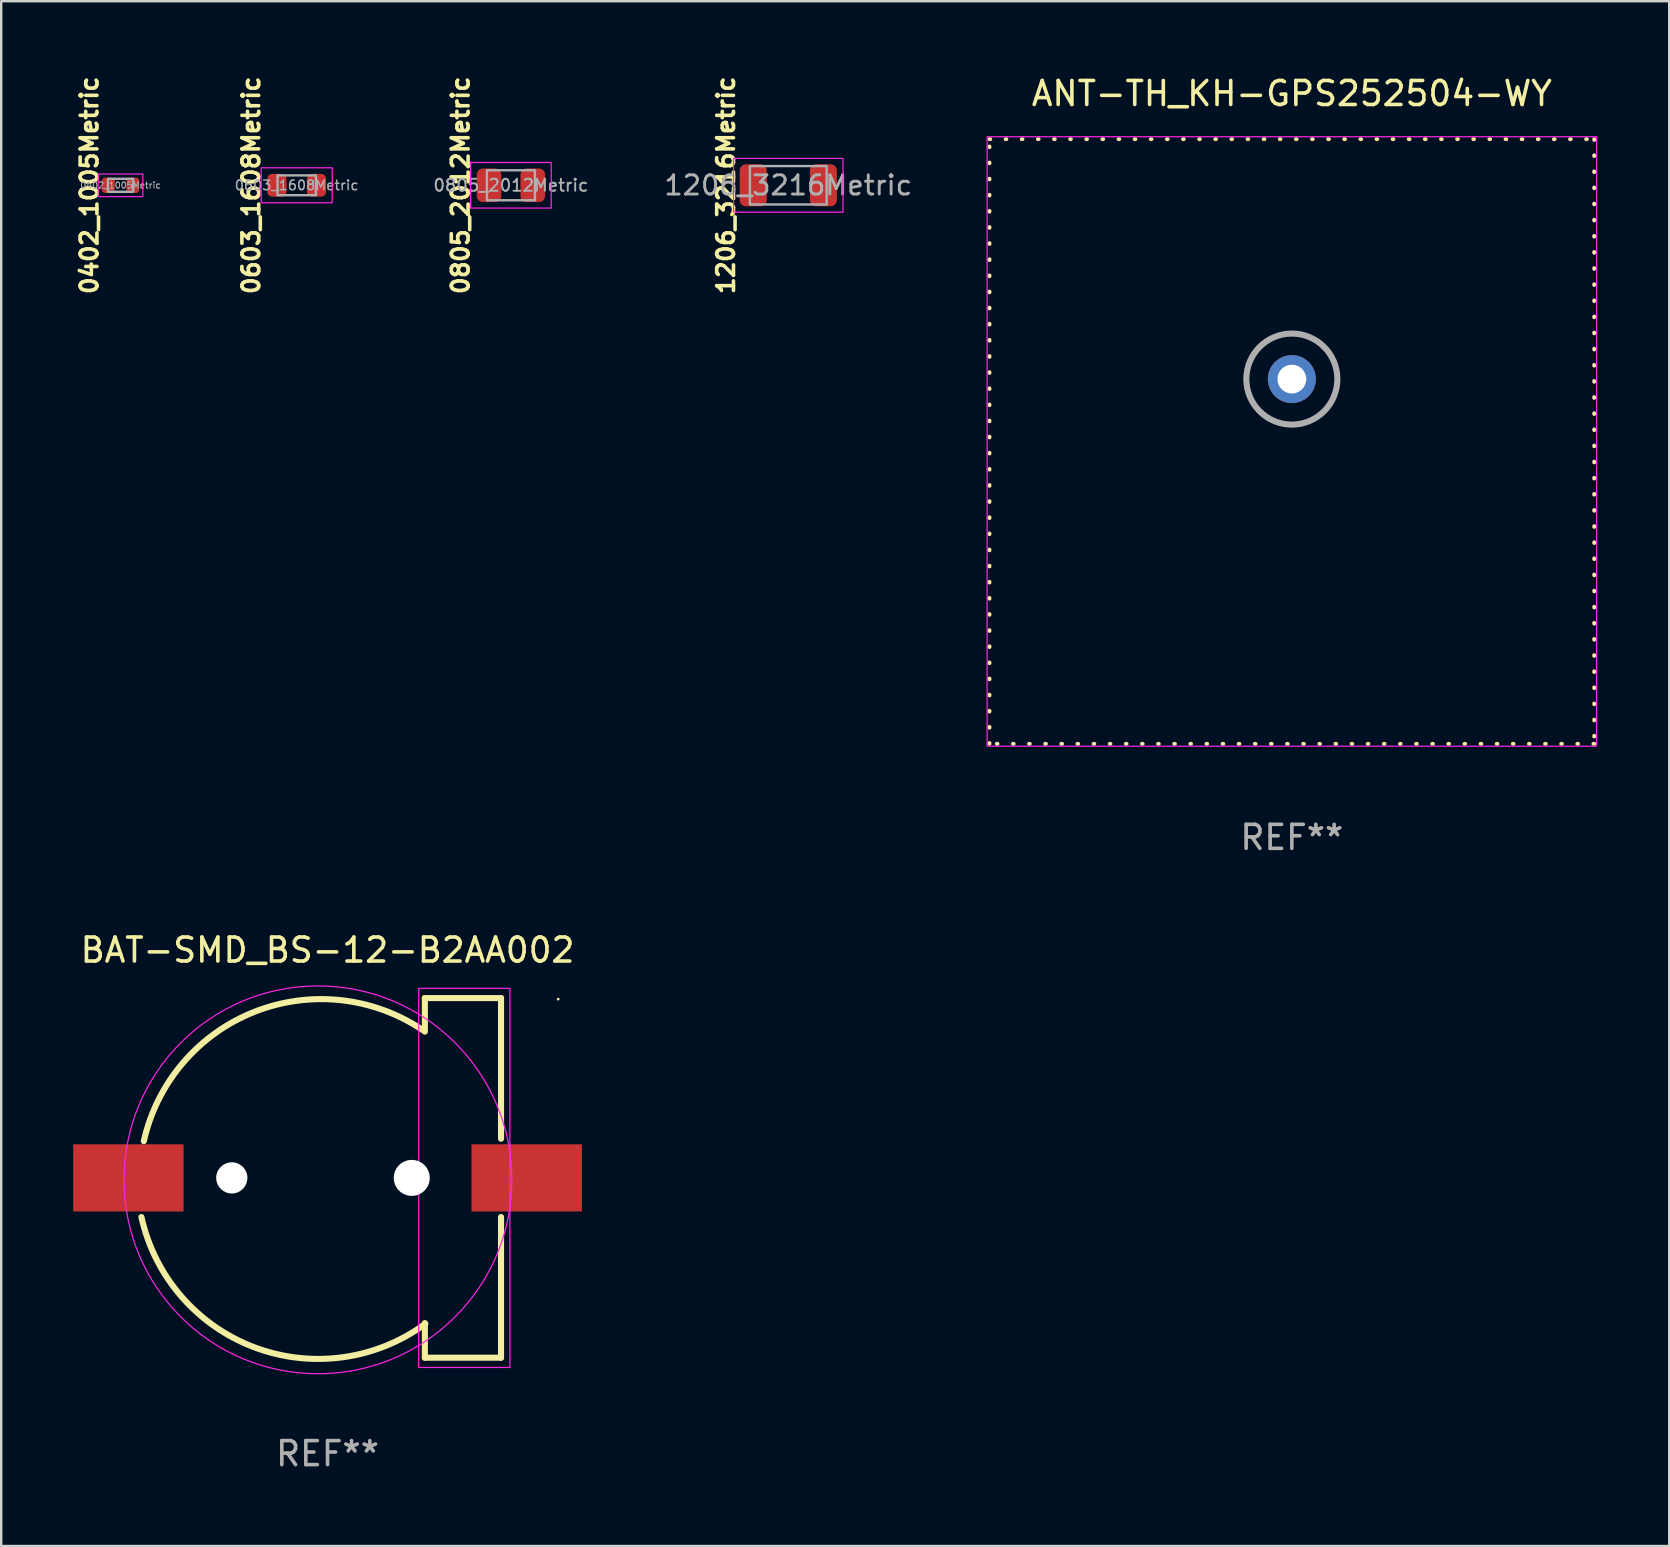
<source format=kicad_pcb>
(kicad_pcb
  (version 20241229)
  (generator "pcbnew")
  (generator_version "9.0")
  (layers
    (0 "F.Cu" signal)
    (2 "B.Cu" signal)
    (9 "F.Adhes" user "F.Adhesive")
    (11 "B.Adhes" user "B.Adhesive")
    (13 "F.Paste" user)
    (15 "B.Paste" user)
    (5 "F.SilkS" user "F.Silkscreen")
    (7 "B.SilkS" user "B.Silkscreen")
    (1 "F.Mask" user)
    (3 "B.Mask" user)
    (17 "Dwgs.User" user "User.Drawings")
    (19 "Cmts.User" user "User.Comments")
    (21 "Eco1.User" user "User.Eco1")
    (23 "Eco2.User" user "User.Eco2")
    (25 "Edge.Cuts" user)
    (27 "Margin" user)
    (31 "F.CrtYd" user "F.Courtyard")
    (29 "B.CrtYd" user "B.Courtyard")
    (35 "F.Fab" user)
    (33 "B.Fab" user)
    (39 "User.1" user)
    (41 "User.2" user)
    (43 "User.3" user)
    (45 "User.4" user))
  (footprint "0603_1608Metric"
    (layer "F.Cu")
    (at 9.315 4.672)
    (property "Reference" "0603_1608Metric" (at -1.9 0 90) (layer "F.SilkS") (effects (font (size 0.7 0.7) (thickness 0.15))))
    (attr smd)
    (fp_rect (start -1.48 -0.73) (end 1.48 0.73) (stroke (width 0.05) (type solid)) (fill no) (layer "F.CrtYd"))
    (fp_rect (start -0.8 -0.412) (end 0.8 0.412) (stroke (width 0.1) (type solid)) (fill no) (layer "F.Fab"))
    (fp_text user "${REFERENCE}" (at 0 0 0) (layer "F.Fab") (effects (font (size 0.4 0.4) (thickness 0.06))))
    (pad "1" smd roundrect (at -0.825 0) (size 0.8 0.95) (layers "F.Cu" "F.Mask" "F.Paste") (roundrect_rratio 0.25))
    (pad "2" smd roundrect (at 0.825 0) (size 0.8 0.95) (layers "F.Cu" "F.Mask" "F.Paste") (roundrect_rratio 0.25)))
  (footprint "ANT-TH_KH-GPS252504-WY"
    (layer "F.Cu")
    (at 50.787 12.748)
    (property "Reference" "ANT-TH_KH-GPS252504-WY" (at 0 -11.9 0) (layer "F.SilkS") (effects (font (size 1 1) (thickness 0.15))))
    (attr through_hole)
    (fp_rect (start -12.6 -10) (end 12.6 15.2) (stroke (width 0.16) (type dot)) (fill no) (layer "F.SilkS"))
    (fp_rect (start -12.7 -10.1) (end 12.7 15.3) (stroke (width 0.05) (type default)) (fill no) (layer "F.CrtYd"))
    (fp_circle (center 0 0) (end 1.897 0) (stroke (width 0.254) (type solid)) (fill no) (layer "F.Fab"))
    (fp_text user "REF**" (at 0 19.1 0) (layer "F.Fab") (effects (font (size 1 1) (thickness 0.15))))
    (pad "1" thru_hole circle (at 0 0) (size 2 2) (drill 1.2) (layers "*.Cu" "*.Mask")))
  (footprint "0402_1005Metric"
    (layer "F.Cu")
    (at 1.973 4.672)
    (property "Reference" "0402_1005Metric" (at -1.3 0 90) (layer "F.SilkS") (effects (font (size 0.7 0.7) (thickness 0.15))))
    (attr smd)
    (fp_rect (start -0.93 -0.47) (end 0.93 0.47) (stroke (width 0.05) (type default)) (fill no) (layer "F.CrtYd"))
    (fp_rect (start -0.525 -0.27) (end 0.525 0.27) (stroke (width 0.1) (type solid)) (fill no) (layer "F.Fab"))
    (fp_text user "${REFERENCE}" (at 0 0 0) (layer "F.Fab") (effects (font (size 0.26 0.26) (thickness 0.04))))
    (pad "1" smd roundrect (at -0.51 0) (size 0.54 0.64) (layers "F.Cu" "F.Mask" "F.Paste") (roundrect_rratio 0.25))
    (pad "2" smd roundrect (at 0.51 0) (size 0.54 0.64) (layers "F.Cu" "F.Mask" "F.Paste") (roundrect_rratio 0.25)))
  (footprint "1206_3216Metric"
    (layer "F.Cu")
    (at 29.801 4.672)
    (property "Reference" "1206_3216Metric" (at -2.6 0 90) (layer "F.SilkS") (effects (font (size 0.7 0.7) (thickness 0.15))))
    (attr smd)
    (fp_rect (start -2.28 -1.12) (end 2.28 1.12) (stroke (width 0.05) (type solid)) (fill no) (layer "F.CrtYd"))
    (fp_rect (start -1.6 -0.8) (end 1.6 0.8) (stroke (width 0.1) (type solid)) (fill no) (layer "F.Fab"))
    (fp_text user "${REFERENCE}" (at 0 0 0) (layer "F.Fab") (effects (font (size 0.8 0.8) (thickness 0.12))))
    (pad "1" smd roundrect (at -1.462 0) (size 1.125 1.75) (layers "F.Cu" "F.Mask" "F.Paste") (roundrect_rratio 0.222))
    (pad "2" smd roundrect (at 1.462 0) (size 1.125 1.75) (layers "F.Cu" "F.Mask" "F.Paste") (roundrect_rratio 0.222)))
  (footprint "0805_2012Metric"
    (layer "F.Cu")
    (at 18.242 4.672)
    (property "Reference" "0805_2012Metric" (at -2.1 0 90) (layer "F.SilkS") (effects (font (size 0.7 0.7) (thickness 0.15))))
    (attr smd)
    (fp_rect (start -1.68 -0.95) (end 1.68 0.95) (stroke (width 0.05) (type solid)) (fill no) (layer "F.CrtYd"))
    (fp_rect (start -1 -0.625) (end 1 0.625) (stroke (width 0.1) (type solid)) (fill no) (layer "F.Fab"))
    (fp_text user "${REFERENCE}" (at 0 0 0) (layer "F.Fab") (effects (font (size 0.5 0.5) (thickness 0.08))))
    (pad "1" smd roundrect (at -0.912 0) (size 1.025 1.4) (layers "F.Cu" "F.Mask" "F.Paste") (roundrect_rratio 0.244))
    (pad "2" smd roundrect (at 0.912 0) (size 1.025 1.4) (layers "F.Cu" "F.Mask" "F.Paste") (roundrect_rratio 0.244)))
  (footprint "BAT-SMD_BS-12-B2AA002"
    (layer "F.Cu")
    (at 10.6 46.038)
    (property "Reference" "BAT-SMD_BS-12-B2AA002" (at 0 -9.493 0) (layer "F.SilkS") (effects (font (size 1 1) (thickness 0.15))))
    (attr through_hole)
    (fp_line (start 4.055 -7.493) (end 7.23 -7.493) (stroke (width 0.254) (type solid)) (layer "F.SilkS"))
    (fp_line (start 4.055 -6.096) (end 4.055 -7.493) (stroke (width 0.254) (type solid)) (layer "F.SilkS"))
    (fp_line (start 4.055 7.493) (end 4.055 6.051) (stroke (width 0.254) (type solid)) (layer "F.SilkS"))
    (fp_line (start 7.23 -7.493) (end 7.23 -1.631) (stroke (width 0.254) (type solid)) (layer "F.SilkS"))
    (fp_line (start 7.23 1.631) (end 7.23 7.366) (stroke (width 0.254) (type solid)) (layer "F.SilkS"))
    (fp_line (start 7.23 7.366) (end 7.23 7.493) (stroke (width 0.254) (type solid)) (layer "F.SilkS"))
    (fp_line (start 7.23 7.493) (end 4.055 7.493) (stroke (width 0.254) (type solid)) (layer "F.SilkS"))
    (fp_arc (start -7.656845 -1.530251) (mid -3.075298 -6.909121) (end 3.951561 -6.170156) (stroke (width 0.254001) (type solid)) (layer "F.SilkS"))
    (fp_arc (start 4.076581 6.08029) (mid -3.046144 7.061457) (end -7.756439 1.629236) (stroke (width 0.254001) (type solid)) (layer "F.SilkS"))
    (fp_circle (center 9.613 -7.45) (end 9.643 -7.45) (stroke (width 0.06) (type solid)) (fill no) (layer "F.SilkS"))
    (fp_rect (start 3.8 -7.9) (end 7.6 7.9) (stroke (width 0.05) (type default)) (fill no) (layer "F.CrtYd"))
    (fp_circle (center -0.4 0.081) (end -2.1 -7.819) (stroke (width 0.05) (type default)) (fill no) (layer "F.CrtYd"))
    (fp_circle (center -3.99 0) (end -3.715 0) (stroke (width 0.55) (type solid)) (fill no) (layer "F.Fab"))
    (fp_circle (center 3.51 0) (end 3.835 0) (stroke (width 0.65) (type solid)) (fill no) (layer "F.Fab"))
    (fp_text user "REF**" (at 0 11.493 0) (layer "F.Fab") (effects (font (size 1 1) (thickness 0.15))))
    (pad "" np_thru_hole circle (at -3.99 0) (size 1.3 1.3) (drill 1.3) (layers "*.Cu" "*.Mask"))
    (pad "" np_thru_hole circle (at 3.51 0) (size 1.5 1.5) (drill 1.5) (layers "*.Cu" "*.Mask"))
    (pad "1" smd rect (at 8.3 0) (size 4.6 2.8) (layers "F.Cu" "F.Mask" "F.Paste"))
    (pad "2" smd rect (at -8.3 0) (size 4.6 2.8) (layers "F.Cu" "F.Mask" "F.Paste")))
  (gr_rect
    (start -3 -3)
    (end 66.512 61.379)
    (stroke (width 0.1) (type default))
    (fill no)
    (layer "Edge.Cuts")))
</source>
